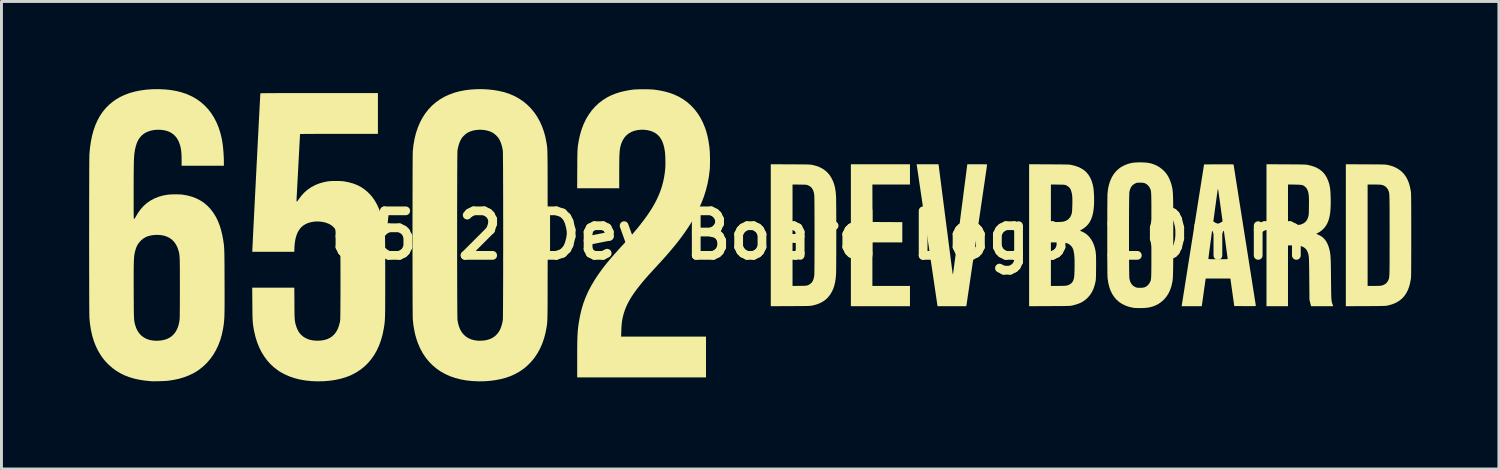
<source format=kicad_pcb>
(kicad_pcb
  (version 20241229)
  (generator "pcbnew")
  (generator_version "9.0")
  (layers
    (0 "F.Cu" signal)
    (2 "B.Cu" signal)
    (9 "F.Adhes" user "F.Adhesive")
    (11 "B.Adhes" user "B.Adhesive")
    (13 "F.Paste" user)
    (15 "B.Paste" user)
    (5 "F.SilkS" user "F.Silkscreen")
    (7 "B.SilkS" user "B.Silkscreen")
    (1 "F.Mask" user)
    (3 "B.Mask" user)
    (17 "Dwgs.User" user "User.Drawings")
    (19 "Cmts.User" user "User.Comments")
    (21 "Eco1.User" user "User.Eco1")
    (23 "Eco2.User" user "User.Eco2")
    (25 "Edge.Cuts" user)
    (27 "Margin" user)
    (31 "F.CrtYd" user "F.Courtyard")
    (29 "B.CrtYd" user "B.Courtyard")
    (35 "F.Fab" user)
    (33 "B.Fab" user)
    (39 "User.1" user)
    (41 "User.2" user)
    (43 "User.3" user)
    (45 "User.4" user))
  (footprint "6502 Dev Board Logo 10mm"
    (layer "F.Cu")
    (at 24.986 5)
    (property "Reference" "6502 Dev Board Logo 10mm" (at 0 0 0) (layer "F.SilkS") (effects (font (size 1.524 1.524) (thickness 0.3))))
    (attr through_hole)
    (fp_poly (pts (xy 3.105 -2.081) (xy 3.105 -1.735) (xy 2.462 -1.735) (xy 1.819 -1.735) (xy 1.821 -1.094) (xy 1.823 -0.453) (xy 2.333 -0.45) (xy 2.843 -0.448) (xy 2.843 -0.101) (xy 2.843 0.245) (xy 2.331 0.245) (xy 1.819 0.245) (xy 1.819 0.99) (xy 1.819 1.735) (xy 2.462 1.735) (xy 3.105 1.735) (xy 3.105 2.081) (xy 3.105 2.428) (xy 2.094 2.428) (xy 1.083 2.428) (xy 1.083 0) (xy 1.083 -2.428) (xy 2.094 -2.428) (xy 3.105 -2.428)) (stroke (width 0) (type solid)) (fill yes) (layer "F.SilkS"))
    (fp_poly (pts (xy 4.322 -0.565) (xy 4.345 -0.389) (xy 4.367 -0.217) (xy 4.389 -0.051) (xy 4.409 0.11) (xy 4.429 0.264) (xy 4.448 0.41) (xy 4.466 0.549) (xy 4.483 0.678) (xy 4.498 0.798) (xy 4.512 0.907) (xy 4.525 1.006) (xy 4.536 1.092) (xy 4.546 1.165) (xy 4.554 1.225) (xy 4.56 1.271) (xy 4.564 1.302) (xy 4.566 1.317) (xy 4.566 1.318) (xy 4.572 1.333) (xy 4.577 1.337) (xy 4.578 1.329) (xy 4.582 1.304) (xy 4.587 1.265) (xy 4.595 1.211) (xy 4.604 1.143) (xy 4.615 1.062) (xy 4.627 0.969) (xy 4.641 0.864) (xy 4.656 0.749) (xy 4.673 0.623) (xy 4.69 0.489) (xy 4.709 0.345) (xy 4.729 0.195) (xy 4.749 0.037) (xy 4.77 -0.127) (xy 4.792 -0.297) (xy 4.815 -0.471) (xy 4.822 -0.527) (xy 4.844 -0.703) (xy 4.866 -0.874) (xy 4.888 -1.041) (xy 4.909 -1.201) (xy 4.929 -1.355) (xy 4.947 -1.502) (xy 4.965 -1.64) (xy 4.982 -1.77) (xy 4.998 -1.89) (xy 5.012 -1.999) (xy 5.025 -2.097) (xy 5.036 -2.183) (xy 5.045 -2.257) (xy 5.053 -2.317) (xy 5.059 -2.362) (xy 5.063 -2.393) (xy 5.065 -2.408) (xy 5.066 -2.409) (xy 5.07 -2.428) (xy 5.408 -2.428) (xy 5.493 -2.428) (xy 5.564 -2.428) (xy 5.62 -2.428) (xy 5.663 -2.427) (xy 5.696 -2.426) (xy 5.719 -2.424) (xy 5.734 -2.422) (xy 5.742 -2.42) (xy 5.745 -2.417) (xy 5.745 -2.416) (xy 5.744 -2.407) (xy 5.74 -2.382) (xy 5.734 -2.342) (xy 5.727 -2.287) (xy 5.717 -2.219) (xy 5.705 -2.138) (xy 5.691 -2.046) (xy 5.676 -1.942) (xy 5.66 -1.828) (xy 5.642 -1.705) (xy 5.622 -1.573) (xy 5.602 -1.433) (xy 5.58 -1.286) (xy 5.558 -1.133) (xy 5.534 -0.974) (xy 5.511 -0.811) (xy 5.486 -0.644) (xy 5.461 -0.474) (xy 5.436 -0.302) (xy 5.41 -0.128) (xy 5.385 0.046) (xy 5.359 0.22) (xy 5.334 0.392) (xy 5.309 0.563) (xy 5.284 0.732) (xy 5.26 0.896) (xy 5.236 1.057) (xy 5.213 1.212) (xy 5.191 1.362) (xy 5.17 1.504) (xy 5.15 1.64) (xy 5.132 1.766) (xy 5.114 1.884) (xy 5.098 1.992) (xy 5.084 2.089) (xy 5.071 2.174) (xy 5.061 2.247) (xy 5.052 2.307) (xy 5.045 2.353) (xy 5.04 2.384) (xy 5.038 2.4) (xy 5.037 2.401) (xy 5.032 2.428) (xy 4.54 2.428) (xy 4.048 2.428) (xy 3.694 0.019) (xy 3.665 -0.181) (xy 3.636 -0.377) (xy 3.608 -0.567) (xy 3.581 -0.753) (xy 3.555 -0.931) (xy 3.529 -1.103) (xy 3.505 -1.268) (xy 3.482 -1.424) (xy 3.46 -1.571) (xy 3.44 -1.709) (xy 3.421 -1.836) (xy 3.404 -1.952) (xy 3.389 -2.057) (xy 3.375 -2.149) (xy 3.363 -2.229) (xy 3.353 -2.295) (xy 3.346 -2.346) (xy 3.34 -2.383) (xy 3.337 -2.404) (xy 3.336 -2.409) (xy 3.332 -2.428) (xy 3.707 -2.428) (xy 4.083 -2.428)) (stroke (width 0) (type solid)) (fill yes) (layer "F.SilkS"))
    (fp_poly (pts (xy -0.992 -2.426) (xy -0.869 -2.426) (xy -0.761 -2.425) (xy -0.667 -2.425) (xy -0.587 -2.424) (xy -0.519 -2.423) (xy -0.462 -2.422) (xy -0.414 -2.421) (xy -0.374 -2.42) (xy -0.342 -2.419) (xy -0.315 -2.417) (xy -0.292 -2.415) (xy -0.274 -2.413) (xy -0.257 -2.41) (xy -0.245 -2.408) (xy -0.113 -2.376) (xy 0.007 -2.332) (xy 0.116 -2.276) (xy 0.212 -2.208) (xy 0.297 -2.128) (xy 0.371 -2.036) (xy 0.431 -1.937) (xy 0.476 -1.839) (xy 0.513 -1.735) (xy 0.541 -1.623) (xy 0.561 -1.499) (xy 0.574 -1.363) (xy 0.575 -1.341) (xy 0.576 -1.312) (xy 0.577 -1.267) (xy 0.578 -1.208) (xy 0.579 -1.136) (xy 0.58 -1.052) (xy 0.581 -0.957) (xy 0.582 -0.852) (xy 0.582 -0.74) (xy 0.583 -0.62) (xy 0.583 -0.495) (xy 0.583 -0.364) (xy 0.583 -0.231) (xy 0.584 -0.096) (xy 0.584 0.041) (xy 0.583 0.177) (xy 0.583 0.311) (xy 0.583 0.443) (xy 0.583 0.57) (xy 0.582 0.693) (xy 0.582 0.809) (xy 0.581 0.917) (xy 0.581 1.016) (xy 0.58 1.105) (xy 0.579 1.182) (xy 0.578 1.247) (xy 0.577 1.298) (xy 0.576 1.334) (xy 0.575 1.345) (xy 0.563 1.484) (xy 0.543 1.61) (xy 0.516 1.725) (xy 0.48 1.831) (xy 0.435 1.93) (xy 0.431 1.937) (xy 0.368 2.041) (xy 0.294 2.132) (xy 0.208 2.212) (xy 0.111 2.279) (xy 0.002 2.334) (xy -0.119 2.378) (xy -0.245 2.408) (xy -0.261 2.411) (xy -0.279 2.413) (xy -0.298 2.416) (xy -0.322 2.418) (xy -0.35 2.419) (xy -0.385 2.421) (xy -0.427 2.422) (xy -0.477 2.423) (xy -0.538 2.423) (xy -0.609 2.424) (xy -0.693 2.425) (xy -0.79 2.425) (xy -0.902 2.426) (xy -0.992 2.426) (xy -1.658 2.429) (xy -1.658 0) (xy -1.658 -1.736) (xy -0.914 -1.736) (xy -0.914 0) (xy -0.914 1.736) (xy -0.675 1.733) (xy -0.604 1.732) (xy -0.549 1.731) (xy -0.505 1.73) (xy -0.472 1.728) (xy -0.447 1.726) (xy -0.428 1.723) (xy -0.412 1.719) (xy -0.397 1.714) (xy -0.387 1.71) (xy -0.325 1.679) (xy -0.274 1.638) (xy -0.233 1.586) (xy -0.203 1.522) (xy -0.181 1.446) (xy -0.169 1.367) (xy -0.168 1.348) (xy -0.167 1.314) (xy -0.166 1.265) (xy -0.165 1.202) (xy -0.165 1.127) (xy -0.164 1.041) (xy -0.163 0.945) (xy -0.163 0.84) (xy -0.162 0.728) (xy -0.162 0.609) (xy -0.162 0.484) (xy -0.161 0.356) (xy -0.161 0.224) (xy -0.161 0.09) (xy -0.161 -0.044) (xy -0.161 -0.179) (xy -0.161 -0.311) (xy -0.161 -0.441) (xy -0.162 -0.567) (xy -0.162 -0.688) (xy -0.163 -0.803) (xy -0.163 -0.911) (xy -0.164 -1.01) (xy -0.164 -1.099) (xy -0.165 -1.178) (xy -0.166 -1.245) (xy -0.167 -1.299) (xy -0.168 -1.338) (xy -0.169 -1.362) (xy -0.169 -1.367) (xy -0.183 -1.456) (xy -0.206 -1.531) (xy -0.238 -1.593) (xy -0.279 -1.643) (xy -0.332 -1.683) (xy -0.387 -1.71) (xy -0.402 -1.716) (xy -0.417 -1.721) (xy -0.434 -1.724) (xy -0.455 -1.727) (xy -0.483 -1.729) (xy -0.519 -1.73) (xy -0.567 -1.731) (xy -0.628 -1.732) (xy -0.675 -1.733) (xy -0.914 -1.736) (xy -1.658 -1.736) (xy -1.658 -2.429)) (stroke (width 0) (type solid)) (fill yes) (layer "F.SilkS"))
    (fp_poly (pts (xy 18.697 -2.426) (xy 18.82 -2.425) (xy 18.927 -2.425) (xy 19.02 -2.424) (xy 19.1 -2.424) (xy 19.168 -2.423) (xy 19.225 -2.422) (xy 19.272 -2.421) (xy 19.311 -2.42) (xy 19.343 -2.419) (xy 19.37 -2.417) (xy 19.391 -2.415) (xy 19.41 -2.413) (xy 19.426 -2.411) (xy 19.441 -2.408) (xy 19.453 -2.405) (xy 19.531 -2.387) (xy 19.597 -2.368) (xy 19.657 -2.346) (xy 19.717 -2.32) (xy 19.728 -2.314) (xy 19.83 -2.256) (xy 19.921 -2.187) (xy 20.001 -2.107) (xy 20.07 -2.015) (xy 20.129 -1.91) (xy 20.177 -1.793) (xy 20.215 -1.663) (xy 20.243 -1.519) (xy 20.249 -1.481) (xy 20.25 -1.466) (xy 20.252 -1.446) (xy 20.253 -1.419) (xy 20.254 -1.384) (xy 20.255 -1.341) (xy 20.256 -1.289) (xy 20.257 -1.227) (xy 20.257 -1.155) (xy 20.258 -1.073) (xy 20.259 -0.978) (xy 20.259 -0.871) (xy 20.259 -0.751) (xy 20.26 -0.618) (xy 20.26 -0.47) (xy 20.26 -0.307) (xy 20.26 -0.128) (xy 20.26 0) (xy 20.26 0.19) (xy 20.26 0.363) (xy 20.26 0.521) (xy 20.259 0.664) (xy 20.259 0.793) (xy 20.259 0.909) (xy 20.258 1.011) (xy 20.258 1.102) (xy 20.257 1.181) (xy 20.257 1.249) (xy 20.256 1.307) (xy 20.255 1.356) (xy 20.254 1.397) (xy 20.253 1.429) (xy 20.251 1.454) (xy 20.25 1.472) (xy 20.249 1.481) (xy 20.223 1.627) (xy 20.188 1.76) (xy 20.143 1.879) (xy 20.088 1.986) (xy 20.023 2.081) (xy 19.947 2.164) (xy 19.871 2.227) (xy 19.789 2.282) (xy 19.7 2.327) (xy 19.602 2.365) (xy 19.491 2.396) (xy 19.453 2.405) (xy 19.438 2.408) (xy 19.422 2.411) (xy 19.406 2.414) (xy 19.387 2.416) (xy 19.364 2.417) (xy 19.337 2.419) (xy 19.303 2.42) (xy 19.262 2.421) (xy 19.213 2.422) (xy 19.153 2.423) (xy 19.083 2.424) (xy 19 2.424) (xy 18.904 2.425) (xy 18.793 2.426) (xy 18.697 2.426) (xy 18.022 2.429) (xy 18.022 0) (xy 18.022 -1.735) (xy 18.767 -1.735) (xy 18.767 0) (xy 18.767 1.735) (xy 18.985 1.735) (xy 19.058 1.734) (xy 19.117 1.733) (xy 19.164 1.732) (xy 19.2 1.73) (xy 19.227 1.727) (xy 19.249 1.722) (xy 19.253 1.721) (xy 19.326 1.695) (xy 19.387 1.658) (xy 19.435 1.609) (xy 19.472 1.548) (xy 19.483 1.52) (xy 19.488 1.507) (xy 19.492 1.494) (xy 19.496 1.481) (xy 19.499 1.466) (xy 19.502 1.45) (xy 19.505 1.431) (xy 19.508 1.408) (xy 19.51 1.381) (xy 19.512 1.349) (xy 19.513 1.311) (xy 19.515 1.265) (xy 19.516 1.212) (xy 19.517 1.151) (xy 19.518 1.081) (xy 19.518 1) (xy 19.519 0.908) (xy 19.519 0.805) (xy 19.519 0.689) (xy 19.519 0.56) (xy 19.52 0.417) (xy 19.52 0.259) (xy 19.52 0.085) (xy 19.52 0) (xy 19.52 -0.181) (xy 19.52 -0.347) (xy 19.519 -0.497) (xy 19.519 -0.632) (xy 19.519 -0.754) (xy 19.519 -0.863) (xy 19.518 -0.959) (xy 19.518 -1.045) (xy 19.517 -1.12) (xy 19.516 -1.185) (xy 19.515 -1.242) (xy 19.514 -1.291) (xy 19.512 -1.332) (xy 19.511 -1.367) (xy 19.509 -1.397) (xy 19.506 -1.421) (xy 19.504 -1.442) (xy 19.501 -1.459) (xy 19.497 -1.474) (xy 19.494 -1.488) (xy 19.49 -1.501) (xy 19.485 -1.514) (xy 19.483 -1.52) (xy 19.453 -1.581) (xy 19.412 -1.634) (xy 19.363 -1.676) (xy 19.338 -1.691) (xy 19.311 -1.704) (xy 19.284 -1.714) (xy 19.255 -1.721) (xy 19.221 -1.727) (xy 19.18 -1.731) (xy 19.129 -1.733) (xy 19.065 -1.734) (xy 18.988 -1.735) (xy 18.985 -1.735) (xy 18.767 -1.735) (xy 18.022 -1.735) (xy 18.022 -2.429)) (stroke (width 0) (type solid)) (fill yes) (layer "F.SilkS"))
    (fp_poly (pts (xy 15.972 -2.426) (xy 16.097 -2.425) (xy 16.206 -2.425) (xy 16.3 -2.424) (xy 16.381 -2.423) (xy 16.45 -2.422) (xy 16.508 -2.421) (xy 16.556 -2.42) (xy 16.596 -2.419) (xy 16.628 -2.417) (xy 16.655 -2.416) (xy 16.676 -2.414) (xy 16.694 -2.411) (xy 16.709 -2.409) (xy 16.711 -2.408) (xy 16.842 -2.377) (xy 16.96 -2.337) (xy 17.064 -2.287) (xy 17.156 -2.228) (xy 17.236 -2.159) (xy 17.304 -2.078) (xy 17.362 -1.986) (xy 17.41 -1.882) (xy 17.428 -1.832) (xy 17.447 -1.773) (xy 17.462 -1.714) (xy 17.475 -1.653) (xy 17.484 -1.588) (xy 17.492 -1.515) (xy 17.497 -1.433) (xy 17.501 -1.337) (xy 17.503 -1.273) (xy 17.505 -1.122) (xy 17.502 -0.986) (xy 17.495 -0.864) (xy 17.484 -0.753) (xy 17.467 -0.654) (xy 17.446 -0.564) (xy 17.419 -0.482) (xy 17.387 -0.407) (xy 17.36 -0.357) (xy 17.313 -0.286) (xy 17.253 -0.218) (xy 17.187 -0.157) (xy 17.116 -0.107) (xy 17.058 -0.075) (xy 17.029 -0.061) (xy 17.017 -0.05) (xy 17.02 -0.041) (xy 17.034 -0.036) (xy 17.05 -0.03) (xy 17.076 -0.018) (xy 17.109 -0.003) (xy 17.129 0.007) (xy 17.209 0.056) (xy 17.279 0.119) (xy 17.34 0.196) (xy 17.391 0.287) (xy 17.433 0.392) (xy 17.465 0.51) (xy 17.468 0.523) (xy 17.474 0.556) (xy 17.48 0.588) (xy 17.485 0.621) (xy 17.49 0.655) (xy 17.494 0.692) (xy 17.497 0.733) (xy 17.5 0.78) (xy 17.503 0.833) (xy 17.505 0.894) (xy 17.507 0.964) (xy 17.509 1.045) (xy 17.51 1.138) (xy 17.512 1.244) (xy 17.513 1.365) (xy 17.514 1.493) (xy 17.515 1.622) (xy 17.517 1.735) (xy 17.518 1.834) (xy 17.519 1.92) (xy 17.52 1.993) (xy 17.522 2.056) (xy 17.524 2.109) (xy 17.526 2.154) (xy 17.529 2.192) (xy 17.532 2.223) (xy 17.535 2.251) (xy 17.54 2.275) (xy 17.545 2.296) (xy 17.551 2.317) (xy 17.557 2.338) (xy 17.565 2.361) (xy 17.568 2.368) (xy 17.589 2.428) (xy 17.213 2.428) (xy 16.837 2.428) (xy 16.828 2.405) (xy 16.822 2.387) (xy 16.814 2.358) (xy 16.804 2.321) (xy 16.797 2.293) (xy 16.776 2.204) (xy 16.77 1.489) (xy 16.769 1.357) (xy 16.768 1.24) (xy 16.766 1.139) (xy 16.765 1.05) (xy 16.764 0.974) (xy 16.762 0.908) (xy 16.761 0.853) (xy 16.759 0.806) (xy 16.756 0.766) (xy 16.753 0.733) (xy 16.75 0.704) (xy 16.746 0.68) (xy 16.741 0.658) (xy 16.736 0.638) (xy 16.73 0.618) (xy 16.723 0.597) (xy 16.723 0.597) (xy 16.692 0.526) (xy 16.649 0.467) (xy 16.595 0.421) (xy 16.529 0.386) (xy 16.451 0.363) (xy 16.434 0.359) (xy 16.396 0.354) (xy 16.345 0.351) (xy 16.282 0.348) (xy 16.212 0.347) (xy 16.205 0.347) (xy 16.042 0.347) (xy 16.042 1.388) (xy 16.042 2.428) (xy 15.674 2.428) (xy 15.306 2.428) (xy 15.306 -0.000468) (xy 15.306 -1.736) (xy 16.042 -1.736) (xy 16.042 -1.04) (xy 16.042 -0.345) (xy 16.239 -0.349) (xy 16.305 -0.351) (xy 16.357 -0.352) (xy 16.397 -0.355) (xy 16.428 -0.357) (xy 16.453 -0.361) (xy 16.474 -0.366) (xy 16.488 -0.37) (xy 16.555 -0.397) (xy 16.609 -0.431) (xy 16.649 -0.468) (xy 16.681 -0.507) (xy 16.705 -0.549) (xy 16.725 -0.6) (xy 16.738 -0.642) (xy 16.742 -0.661) (xy 16.746 -0.681) (xy 16.75 -0.704) (xy 16.752 -0.731) (xy 16.754 -0.766) (xy 16.756 -0.809) (xy 16.757 -0.864) (xy 16.758 -0.932) (xy 16.759 -0.991) (xy 16.76 -1.092) (xy 16.76 -1.178) (xy 16.759 -1.25) (xy 16.756 -1.312) (xy 16.752 -1.364) (xy 16.747 -1.408) (xy 16.74 -1.448) (xy 16.73 -1.483) (xy 16.723 -1.507) (xy 16.704 -1.557) (xy 16.683 -1.596) (xy 16.659 -1.628) (xy 16.629 -1.658) (xy 16.605 -1.677) (xy 16.583 -1.693) (xy 16.56 -1.705) (xy 16.533 -1.715) (xy 16.5 -1.721) (xy 16.46 -1.726) (xy 16.409 -1.729) (xy 16.346 -1.731) (xy 16.268 -1.733) (xy 16.268 -1.733) (xy 16.042 -1.736) (xy 15.306 -1.736) (xy 15.306 -2.429)) (stroke (width 0) (type solid)) (fill yes) (layer "F.SilkS"))
    (fp_poly (pts (xy 7.862 -2.426) (xy 7.988 -2.425) (xy 8.098 -2.425) (xy 8.194 -2.424) (xy 8.276 -2.423) (xy 8.346 -2.422) (xy 8.405 -2.421) (xy 8.454 -2.42) (xy 8.494 -2.419) (xy 8.527 -2.418) (xy 8.554 -2.416) (xy 8.576 -2.414) (xy 8.594 -2.412) (xy 8.61 -2.409) (xy 8.613 -2.408) (xy 8.745 -2.377) (xy 8.863 -2.337) (xy 8.967 -2.287) (xy 9.059 -2.228) (xy 9.138 -2.159) (xy 9.207 -2.078) (xy 9.265 -1.986) (xy 9.313 -1.882) (xy 9.331 -1.832) (xy 9.351 -1.766) (xy 9.368 -1.701) (xy 9.381 -1.632) (xy 9.391 -1.556) (xy 9.398 -1.471) (xy 9.403 -1.374) (xy 9.405 -1.32) (xy 9.407 -1.158) (xy 9.402 -1.01) (xy 9.389 -0.876) (xy 9.37 -0.755) (xy 9.342 -0.647) (xy 9.306 -0.549) (xy 9.263 -0.463) (xy 9.211 -0.385) (xy 9.153 -0.32) (xy 9.118 -0.288) (xy 9.075 -0.254) (xy 9.03 -0.222) (xy 8.988 -0.196) (xy 8.953 -0.178) (xy 8.935 -0.169) (xy 8.928 -0.16) (xy 8.928 -0.159) (xy 8.937 -0.152) (xy 8.957 -0.141) (xy 8.978 -0.132) (xy 9.074 -0.084) (xy 9.161 -0.022) (xy 9.238 0.053) (xy 9.305 0.141) (xy 9.362 0.241) (xy 9.407 0.352) (xy 9.43 0.429) (xy 9.44 0.471) (xy 9.449 0.51) (xy 9.457 0.549) (xy 9.462 0.59) (xy 9.467 0.634) (xy 9.471 0.683) (xy 9.473 0.739) (xy 9.474 0.804) (xy 9.475 0.879) (xy 9.475 0.968) (xy 9.475 1.07) (xy 9.474 1.107) (xy 9.474 1.201) (xy 9.473 1.28) (xy 9.472 1.345) (xy 9.471 1.399) (xy 9.47 1.443) (xy 9.468 1.479) (xy 9.466 1.509) (xy 9.464 1.534) (xy 9.461 1.556) (xy 9.457 1.577) (xy 9.453 1.599) (xy 9.452 1.602) (xy 9.42 1.73) (xy 9.38 1.845) (xy 9.33 1.948) (xy 9.27 2.041) (xy 9.199 2.125) (xy 9.169 2.155) (xy 9.098 2.217) (xy 9.022 2.27) (xy 8.939 2.315) (xy 8.847 2.352) (xy 8.743 2.384) (xy 8.656 2.405) (xy 8.641 2.408) (xy 8.625 2.411) (xy 8.609 2.414) (xy 8.59 2.416) (xy 8.568 2.417) (xy 8.54 2.419) (xy 8.507 2.42) (xy 8.466 2.421) (xy 8.417 2.422) (xy 8.357 2.423) (xy 8.287 2.424) (xy 8.205 2.424) (xy 8.11 2.425) (xy 8 2.425) (xy 7.879 2.426) (xy 7.183 2.429) (xy 7.183 0.245) (xy 7.928 0.245) (xy 7.928 0.99) (xy 7.928 1.735) (xy 8.174 1.735) (xy 8.252 1.734) (xy 8.315 1.734) (xy 8.366 1.732) (xy 8.406 1.73) (xy 8.437 1.728) (xy 8.462 1.724) (xy 8.478 1.721) (xy 8.532 1.704) (xy 8.583 1.677) (xy 8.627 1.645) (xy 8.657 1.611) (xy 8.676 1.583) (xy 8.691 1.554) (xy 8.703 1.522) (xy 8.713 1.487) (xy 8.721 1.445) (xy 8.727 1.394) (xy 8.731 1.334) (xy 8.734 1.262) (xy 8.737 1.175) (xy 8.738 1.13) (xy 8.739 0.999) (xy 8.738 0.884) (xy 8.735 0.784) (xy 8.729 0.697) (xy 8.721 0.621) (xy 8.709 0.556) (xy 8.695 0.5) (xy 8.677 0.453) (xy 8.655 0.412) (xy 8.629 0.377) (xy 8.603 0.351) (xy 8.571 0.323) (xy 8.538 0.301) (xy 8.502 0.283) (xy 8.46 0.269) (xy 8.411 0.259) (xy 8.353 0.252) (xy 8.283 0.248) (xy 8.2 0.246) (xy 8.142 0.246) (xy 7.928 0.245) (xy 7.183 0.245) (xy 7.183 -0.00001) (xy 7.183 -1.736) (xy 7.928 -1.736) (xy 7.928 -1.091) (xy 7.928 -0.446) (xy 8.125 -0.451) (xy 8.201 -0.453) (xy 8.263 -0.456) (xy 8.31 -0.46) (xy 8.346 -0.464) (xy 8.371 -0.469) (xy 8.448 -0.497) (xy 8.513 -0.537) (xy 8.565 -0.588) (xy 8.606 -0.651) (xy 8.636 -0.727) (xy 8.644 -0.76) (xy 8.649 -0.79) (xy 8.653 -0.833) (xy 8.656 -0.887) (xy 8.659 -0.95) (xy 8.661 -1.018) (xy 8.663 -1.088) (xy 8.663 -1.157) (xy 8.663 -1.222) (xy 8.661 -1.281) (xy 8.659 -1.331) (xy 8.656 -1.361) (xy 8.646 -1.427) (xy 8.63 -1.49) (xy 8.611 -1.547) (xy 8.59 -1.592) (xy 8.588 -1.595) (xy 8.557 -1.633) (xy 8.516 -1.669) (xy 8.471 -1.699) (xy 8.445 -1.711) (xy 8.43 -1.716) (xy 8.415 -1.721) (xy 8.397 -1.724) (xy 8.375 -1.727) (xy 8.346 -1.729) (xy 8.308 -1.73) (xy 8.258 -1.731) (xy 8.195 -1.732) (xy 8.163 -1.733) (xy 7.928 -1.736) (xy 7.183 -1.736) (xy 7.183 -2.429)) (stroke (width 0) (type solid)) (fill yes) (layer "F.SilkS"))
    (fp_poly (pts (xy 13.953 -2.427) (xy 14.017 -2.427) (xy 14.068 -2.426) (xy 14.108 -2.425) (xy 14.138 -2.424) (xy 14.16 -2.423) (xy 14.173 -2.421) (xy 14.179 -2.419) (xy 14.181 -2.417) (xy 14.182 -2.408) (xy 14.186 -2.383) (xy 14.192 -2.342) (xy 14.201 -2.287) (xy 14.212 -2.217) (xy 14.225 -2.135) (xy 14.24 -2.039) (xy 14.256 -1.932) (xy 14.275 -1.813) (xy 14.296 -1.683) (xy 14.318 -1.543) (xy 14.341 -1.394) (xy 14.366 -1.236) (xy 14.392 -1.07) (xy 14.42 -0.896) (xy 14.448 -0.716) (xy 14.478 -0.529) (xy 14.508 -0.338) (xy 14.539 -0.141) (xy 14.561 0) (xy 14.593 0.2) (xy 14.624 0.395) (xy 14.654 0.585) (xy 14.683 0.77) (xy 14.711 0.948) (xy 14.738 1.119) (xy 14.764 1.283) (xy 14.789 1.439) (xy 14.812 1.585) (xy 14.833 1.722) (xy 14.853 1.849) (xy 14.872 1.965) (xy 14.888 2.069) (xy 14.902 2.16) (xy 14.915 2.239) (xy 14.925 2.305) (xy 14.933 2.356) (xy 14.938 2.392) (xy 14.942 2.413) (xy 14.942 2.417) (xy 14.94 2.42) (xy 14.931 2.422) (xy 14.914 2.424) (xy 14.889 2.425) (xy 14.854 2.426) (xy 14.807 2.427) (xy 14.747 2.427) (xy 14.674 2.427) (xy 14.585 2.426) (xy 14.573 2.426) (xy 14.203 2.424) (xy 14.137 1.954) (xy 14.125 1.867) (xy 14.113 1.786) (xy 14.103 1.71) (xy 14.093 1.643) (xy 14.085 1.586) (xy 14.079 1.54) (xy 14.074 1.506) (xy 14.072 1.487) (xy 14.071 1.483) (xy 14.063 1.482) (xy 14.039 1.482) (xy 14.002 1.482) (xy 13.952 1.481) (xy 13.893 1.481) (xy 13.824 1.481) (xy 13.748 1.481) (xy 13.666 1.481) (xy 13.649 1.481) (xy 13.226 1.481) (xy 13.222 1.508) (xy 13.219 1.522) (xy 13.215 1.55) (xy 13.209 1.592) (xy 13.202 1.646) (xy 13.193 1.71) (xy 13.182 1.781) (xy 13.171 1.86) (xy 13.16 1.943) (xy 13.157 1.963) (xy 13.145 2.047) (xy 13.134 2.126) (xy 13.124 2.198) (xy 13.115 2.263) (xy 13.107 2.318) (xy 13.101 2.361) (xy 13.096 2.392) (xy 13.093 2.408) (xy 13.093 2.409) (xy 13.089 2.428) (xy 12.746 2.428) (xy 12.403 2.428) (xy 12.408 2.392) (xy 12.41 2.381) (xy 12.414 2.354) (xy 12.421 2.311) (xy 12.43 2.254) (xy 12.441 2.182) (xy 12.455 2.098) (xy 12.47 2) (xy 12.488 1.891) (xy 12.507 1.77) (xy 12.527 1.639) (xy 12.55 1.498) (xy 12.574 1.347) (xy 12.599 1.188) (xy 12.625 1.021) (xy 12.653 0.846) (xy 12.659 0.806) (xy 13.317 0.806) (xy 13.318 0.81) (xy 13.322 0.813) (xy 13.33 0.815) (xy 13.344 0.817) (xy 13.366 0.818) (xy 13.396 0.819) (xy 13.437 0.82) (xy 13.49 0.82) (xy 13.557 0.821) (xy 13.639 0.821) (xy 13.648 0.821) (xy 13.735 0.821) (xy 13.806 0.82) (xy 13.863 0.82) (xy 13.907 0.819) (xy 13.939 0.817) (xy 13.961 0.815) (xy 13.973 0.813) (xy 13.978 0.811) (xy 13.978 0.81) (xy 13.977 0.8) (xy 13.973 0.774) (xy 13.968 0.734) (xy 13.961 0.681) (xy 13.952 0.616) (xy 13.942 0.539) (xy 13.93 0.453) (xy 13.917 0.358) (xy 13.904 0.256) (xy 13.889 0.147) (xy 13.873 0.034) (xy 13.857 -0.084) (xy 13.841 -0.204) (xy 13.824 -0.327) (xy 13.807 -0.449) (xy 13.79 -0.572) (xy 13.774 -0.692) (xy 13.757 -0.809) (xy 13.742 -0.922) (xy 13.727 -1.03) (xy 13.713 -1.132) (xy 13.7 -1.226) (xy 13.688 -1.311) (xy 13.677 -1.386) (xy 13.668 -1.451) (xy 13.661 -1.503) (xy 13.655 -1.541) (xy 13.652 -1.565) (xy 13.65 -1.574) (xy 13.646 -1.581) (xy 13.64 -1.572) (xy 13.639 -1.57) (xy 13.637 -1.56) (xy 13.633 -1.534) (xy 13.627 -1.494) (xy 13.62 -1.441) (xy 13.61 -1.376) (xy 13.6 -1.299) (xy 13.588 -1.213) (xy 13.575 -1.119) (xy 13.561 -1.016) (xy 13.546 -0.908) (xy 13.531 -0.794) (xy 13.515 -0.677) (xy 13.498 -0.556) (xy 13.482 -0.434) (xy 13.465 -0.311) (xy 13.449 -0.19) (xy 13.433 -0.069) (xy 13.417 0.048) (xy 13.402 0.161) (xy 13.387 0.268) (xy 13.374 0.37) (xy 13.361 0.463) (xy 13.35 0.548) (xy 13.34 0.623) (xy 13.332 0.686) (xy 13.326 0.738) (xy 13.321 0.775) (xy 13.318 0.799) (xy 13.317 0.806) (xy 12.659 0.806) (xy 12.681 0.665) (xy 12.711 0.478) (xy 12.741 0.286) (xy 12.773 0.09) (xy 12.792 -0.034) (xy 13.17 -2.424) (xy 13.676 -2.426) (xy 13.783 -2.427) (xy 13.875 -2.427)) (stroke (width 0) (type solid)) (fill yes) (layer "F.SilkS"))
    (fp_poly (pts (xy -5.88 -4.995) (xy -5.792 -4.992) (xy -5.713 -4.988) (xy -5.646 -4.982) (xy -5.635 -4.981) (xy -5.447 -4.952) (xy -5.27 -4.914) (xy -5.104 -4.866) (xy -4.971 -4.817) (xy -4.81 -4.743) (xy -4.659 -4.655) (xy -4.519 -4.554) (xy -4.389 -4.44) (xy -4.271 -4.314) (xy -4.164 -4.175) (xy -4.068 -4.025) (xy -3.984 -3.862) (xy -3.912 -3.688) (xy -3.877 -3.586) (xy -3.832 -3.427) (xy -3.795 -3.256) (xy -3.766 -3.072) (xy -3.752 -2.944) (xy -3.747 -2.879) (xy -3.743 -2.801) (xy -3.74 -2.714) (xy -3.738 -2.622) (xy -3.738 -2.53) (xy -3.739 -2.441) (xy -3.741 -2.358) (xy -3.744 -2.286) (xy -3.747 -2.246) (xy -3.776 -2.007) (xy -3.82 -1.772) (xy -3.878 -1.54) (xy -3.951 -1.31) (xy -4.04 -1.082) (xy -4.144 -0.854) (xy -4.263 -0.626) (xy -4.4 -0.397) (xy -4.493 -0.254) (xy -4.582 -0.124) (xy -4.674 0.006) (xy -4.77 0.135) (xy -4.872 0.266) (xy -4.981 0.4) (xy -5.097 0.539) (xy -5.222 0.684) (xy -5.358 0.837) (xy -5.505 0.998) (xy -5.563 1.062) (xy -5.639 1.144) (xy -5.705 1.216) (xy -5.762 1.278) (xy -5.813 1.334) (xy -5.857 1.383) (xy -5.897 1.428) (xy -5.935 1.471) (xy -5.971 1.513) (xy -6.007 1.556) (xy -6.044 1.599) (xy -6.161 1.743) (xy -6.266 1.879) (xy -6.358 2.008) (xy -6.439 2.131) (xy -6.509 2.25) (xy -6.569 2.366) (xy -6.62 2.479) (xy -6.663 2.593) (xy -6.692 2.686) (xy -6.714 2.769) (xy -6.732 2.849) (xy -6.747 2.93) (xy -6.757 3.015) (xy -6.766 3.107) (xy -6.771 3.21) (xy -6.774 3.281) (xy -6.78 3.469) (xy -5.328 3.469) (xy -3.875 3.469) (xy -3.875 4.167) (xy -3.875 4.865) (xy -6.079 4.865) (xy -8.283 4.865) (xy -8.283 4.214) (xy -8.283 4.065) (xy -8.283 3.931) (xy -8.282 3.811) (xy -8.281 3.704) (xy -8.279 3.607) (xy -8.276 3.52) (xy -8.273 3.44) (xy -8.269 3.368) (xy -8.265 3.3) (xy -8.259 3.235) (xy -8.253 3.173) (xy -8.245 3.11) (xy -8.236 3.047) (xy -8.226 2.981) (xy -8.223 2.961) (xy -8.182 2.738) (xy -8.131 2.525) (xy -8.069 2.321) (xy -7.994 2.122) (xy -7.907 1.926) (xy -7.805 1.732) (xy -7.689 1.536) (xy -7.628 1.443) (xy -7.563 1.346) (xy -7.497 1.252) (xy -7.429 1.159) (xy -7.358 1.066) (xy -7.282 0.97) (xy -7.2 0.871) (xy -7.112 0.766) (xy -7.015 0.655) (xy -6.909 0.537) (xy -6.792 0.408) (xy -6.735 0.346) (xy -6.56 0.155) (xy -6.4 -0.028) (xy -6.252 -0.203) (xy -6.116 -0.37) (xy -5.992 -0.532) (xy -5.88 -0.687) (xy -5.779 -0.838) (xy -5.688 -0.985) (xy -5.608 -1.129) (xy -5.537 -1.271) (xy -5.475 -1.412) (xy -5.422 -1.552) (xy -5.377 -1.693) (xy -5.34 -1.835) (xy -5.31 -1.979) (xy -5.287 -2.125) (xy -5.271 -2.276) (xy -5.271 -2.276) (xy -5.267 -2.332) (xy -5.265 -2.401) (xy -5.264 -2.477) (xy -5.265 -2.557) (xy -5.267 -2.638) (xy -5.27 -2.716) (xy -5.275 -2.787) (xy -5.28 -2.847) (xy -5.284 -2.876) (xy -5.306 -3.002) (xy -5.335 -3.113) (xy -5.371 -3.21) (xy -5.415 -3.296) (xy -5.467 -3.37) (xy -5.528 -3.434) (xy -5.598 -3.489) (xy -5.607 -3.494) (xy -5.688 -3.538) (xy -5.78 -3.572) (xy -5.88 -3.596) (xy -5.985 -3.609) (xy -6.094 -3.61) (xy -6.202 -3.601) (xy -6.307 -3.579) (xy -6.325 -3.574) (xy -6.425 -3.537) (xy -6.515 -3.486) (xy -6.595 -3.422) (xy -6.664 -3.346) (xy -6.721 -3.257) (xy -6.767 -3.156) (xy -6.777 -3.127) (xy -6.789 -3.089) (xy -6.8 -3.051) (xy -6.809 -3.012) (xy -6.817 -2.971) (xy -6.823 -2.926) (xy -6.829 -2.876) (xy -6.833 -2.82) (xy -6.837 -2.756) (xy -6.84 -2.683) (xy -6.842 -2.599) (xy -6.843 -2.503) (xy -6.844 -2.395) (xy -6.845 -2.272) (xy -6.845 -2.16) (xy -6.845 -1.608) (xy -7.565 -1.608) (xy -8.284 -1.608) (xy -8.281 -2.253) (xy -8.28 -2.381) (xy -8.28 -2.494) (xy -8.279 -2.593) (xy -8.278 -2.68) (xy -8.276 -2.756) (xy -8.275 -2.822) (xy -8.273 -2.88) (xy -8.27 -2.932) (xy -8.267 -2.979) (xy -8.263 -3.022) (xy -8.258 -3.063) (xy -8.252 -3.103) (xy -8.246 -3.145) (xy -8.238 -3.188) (xy -8.23 -3.236) (xy -8.228 -3.249) (xy -8.184 -3.446) (xy -8.128 -3.634) (xy -8.06 -3.81) (xy -7.98 -3.975) (xy -7.888 -4.129) (xy -7.784 -4.272) (xy -7.669 -4.402) (xy -7.542 -4.521) (xy -7.404 -4.626) (xy -7.261 -4.716) (xy -7.125 -4.785) (xy -6.976 -4.845) (xy -6.815 -4.897) (xy -6.645 -4.938) (xy -6.466 -4.97) (xy -6.388 -4.981) (xy -6.324 -4.987) (xy -6.247 -4.991) (xy -6.16 -4.994) (xy -6.067 -4.996) (xy -5.973 -4.996)) (stroke (width 0) (type solid)) (fill yes) (layer "F.SilkS"))
    (fp_poly (pts (xy 11.033 -2.493) (xy 11.139 -2.489) (xy 11.232 -2.48) (xy 11.315 -2.466) (xy 11.391 -2.446) (xy 11.465 -2.42) (xy 11.539 -2.388) (xy 11.541 -2.387) (xy 11.644 -2.328) (xy 11.74 -2.255) (xy 11.827 -2.171) (xy 11.88 -2.107) (xy 11.935 -2.024) (xy 11.984 -1.928) (xy 12.026 -1.823) (xy 12.06 -1.713) (xy 12.082 -1.613) (xy 12.087 -1.588) (xy 12.091 -1.561) (xy 12.094 -1.532) (xy 12.098 -1.5) (xy 12.1 -1.465) (xy 12.103 -1.426) (xy 12.105 -1.381) (xy 12.107 -1.33) (xy 12.109 -1.271) (xy 12.111 -1.205) (xy 12.112 -1.13) (xy 12.113 -1.046) (xy 12.114 -0.951) (xy 12.115 -0.845) (xy 12.115 -0.727) (xy 12.115 -0.595) (xy 12.116 -0.45) (xy 12.116 -0.29) (xy 12.116 -0.115) (xy 12.116 -0.004) (xy 12.116 0.182) (xy 12.116 0.352) (xy 12.116 0.506) (xy 12.115 0.647) (xy 12.115 0.774) (xy 12.114 0.888) (xy 12.113 0.99) (xy 12.112 1.081) (xy 12.111 1.162) (xy 12.11 1.234) (xy 12.108 1.298) (xy 12.106 1.353) (xy 12.104 1.402) (xy 12.102 1.445) (xy 12.099 1.483) (xy 12.096 1.517) (xy 12.093 1.547) (xy 12.089 1.575) (xy 12.085 1.601) (xy 12.082 1.614) (xy 12.05 1.752) (xy 12.006 1.88) (xy 11.949 1.998) (xy 11.88 2.104) (xy 11.8 2.199) (xy 11.709 2.281) (xy 11.608 2.351) (xy 11.541 2.387) (xy 11.475 2.416) (xy 11.408 2.44) (xy 11.332 2.461) (xy 11.287 2.471) (xy 11.242 2.479) (xy 11.184 2.485) (xy 11.116 2.49) (xy 11.044 2.493) (xy 10.969 2.494) (xy 10.898 2.493) (xy 10.832 2.491) (xy 10.777 2.487) (xy 10.751 2.483) (xy 10.614 2.454) (xy 10.488 2.411) (xy 10.373 2.356) (xy 10.269 2.289) (xy 10.177 2.209) (xy 10.097 2.117) (xy 10.028 2.013) (xy 9.97 1.896) (xy 9.925 1.768) (xy 9.891 1.628) (xy 9.869 1.476) (xy 9.866 1.435) (xy 9.865 1.411) (xy 9.863 1.371) (xy 9.862 1.315) (xy 9.861 1.244) (xy 9.861 1.158) (xy 9.86 1.057) (xy 9.859 0.944) (xy 9.858 0.817) (xy 9.858 0.678) (xy 9.858 0.527) (xy 9.857 0.365) (xy 9.857 0.192) (xy 9.857 0.008) (xy 9.857 0) (xy 9.857 -0.049) (xy 10.6 -0.049) (xy 10.6 0.09) (xy 10.6 0.229) (xy 10.601 0.366) (xy 10.601 0.5) (xy 10.601 0.63) (xy 10.602 0.755) (xy 10.603 0.873) (xy 10.604 0.984) (xy 10.605 1.087) (xy 10.606 1.181) (xy 10.607 1.263) (xy 10.608 1.334) (xy 10.61 1.392) (xy 10.611 1.437) (xy 10.613 1.466) (xy 10.614 1.477) (xy 10.633 1.557) (xy 10.658 1.623) (xy 10.691 1.676) (xy 10.731 1.72) (xy 10.782 1.756) (xy 10.802 1.767) (xy 10.835 1.782) (xy 10.866 1.792) (xy 10.902 1.797) (xy 10.946 1.799) (xy 10.999 1.799) (xy 11.049 1.797) (xy 11.086 1.793) (xy 11.116 1.787) (xy 11.144 1.778) (xy 11.145 1.778) (xy 11.2 1.748) (xy 11.251 1.706) (xy 11.293 1.654) (xy 11.313 1.619) (xy 11.32 1.606) (xy 11.326 1.593) (xy 11.331 1.581) (xy 11.337 1.569) (xy 11.341 1.557) (xy 11.345 1.542) (xy 11.349 1.525) (xy 11.352 1.505) (xy 11.355 1.481) (xy 11.357 1.452) (xy 11.36 1.417) (xy 11.361 1.376) (xy 11.363 1.328) (xy 11.364 1.272) (xy 11.365 1.207) (xy 11.366 1.133) (xy 11.366 1.048) (xy 11.367 0.953) (xy 11.367 0.845) (xy 11.367 0.725) (xy 11.367 0.592) (xy 11.367 0.444) (xy 11.367 0.282) (xy 11.367 0.104) (xy 11.367 0) (xy 11.367 -0.187) (xy 11.367 -0.358) (xy 11.367 -0.514) (xy 11.367 -0.654) (xy 11.367 -0.782) (xy 11.367 -0.896) (xy 11.367 -0.998) (xy 11.366 -1.088) (xy 11.366 -1.168) (xy 11.365 -1.238) (xy 11.364 -1.298) (xy 11.362 -1.351) (xy 11.361 -1.395) (xy 11.359 -1.433) (xy 11.356 -1.465) (xy 11.354 -1.492) (xy 11.351 -1.515) (xy 11.347 -1.533) (xy 11.343 -1.549) (xy 11.339 -1.563) (xy 11.334 -1.575) (xy 11.329 -1.587) (xy 11.323 -1.599) (xy 11.317 -1.612) (xy 11.313 -1.619) (xy 11.279 -1.674) (xy 11.233 -1.723) (xy 11.179 -1.762) (xy 11.145 -1.778) (xy 11.123 -1.786) (xy 11.101 -1.792) (xy 11.076 -1.795) (xy 11.043 -1.797) (xy 10.998 -1.798) (xy 10.982 -1.798) (xy 10.935 -1.798) (xy 10.901 -1.797) (xy 10.876 -1.794) (xy 10.856 -1.79) (xy 10.837 -1.783) (xy 10.82 -1.775) (xy 10.762 -1.743) (xy 10.715 -1.705) (xy 10.678 -1.658) (xy 10.649 -1.601) (xy 10.626 -1.531) (xy 10.614 -1.477) (xy 10.612 -1.459) (xy 10.611 -1.425) (xy 10.609 -1.377) (xy 10.608 -1.315) (xy 10.606 -1.24) (xy 10.605 -1.154) (xy 10.604 -1.058) (xy 10.603 -0.953) (xy 10.602 -0.839) (xy 10.602 -0.719) (xy 10.601 -0.592) (xy 10.601 -0.461) (xy 10.6 -0.326) (xy 10.6 -0.188) (xy 10.6 -0.049) (xy 9.857 -0.049) (xy 9.857 -0.184) (xy 9.857 -0.357) (xy 9.858 -0.52) (xy 9.858 -0.672) (xy 9.858 -0.811) (xy 9.859 -0.938) (xy 9.86 -1.053) (xy 9.861 -1.153) (xy 9.861 -1.24) (xy 9.862 -1.312) (xy 9.863 -1.369) (xy 9.864 -1.41) (xy 9.866 -1.434) (xy 9.866 -1.435) (xy 9.884 -1.588) (xy 9.915 -1.73) (xy 9.957 -1.861) (xy 10.011 -1.98) (xy 10.076 -2.088) (xy 10.153 -2.184) (xy 10.24 -2.267) (xy 10.339 -2.338) (xy 10.448 -2.395) (xy 10.464 -2.402) (xy 10.552 -2.436) (xy 10.641 -2.462) (xy 10.734 -2.48) (xy 10.834 -2.49) (xy 10.945 -2.494)) (stroke (width 0) (type solid)) (fill yes) (layer "F.SilkS"))
    (fp_poly (pts (xy -11.355 -4.991) (xy -11.163 -4.971) (xy -10.977 -4.941) (xy -10.8 -4.9) (xy -10.763 -4.89) (xy -10.588 -4.831) (xy -10.423 -4.759) (xy -10.268 -4.673) (xy -10.123 -4.575) (xy -9.989 -4.463) (xy -9.866 -4.34) (xy -9.754 -4.204) (xy -9.653 -4.057) (xy -9.565 -3.899) (xy -9.488 -3.729) (xy -9.423 -3.549) (xy -9.371 -3.358) (xy -9.332 -3.158) (xy -9.329 -3.139) (xy -9.326 -3.119) (xy -9.323 -3.099) (xy -9.32 -3.081) (xy -9.318 -3.063) (xy -9.315 -3.044) (xy -9.313 -3.024) (xy -9.311 -3.002) (xy -9.309 -2.978) (xy -9.307 -2.952) (xy -9.306 -2.922) (xy -9.304 -2.888) (xy -9.303 -2.85) (xy -9.302 -2.807) (xy -9.301 -2.758) (xy -9.3 -2.703) (xy -9.299 -2.642) (xy -9.298 -2.573) (xy -9.297 -2.496) (xy -9.297 -2.411) (xy -9.296 -2.317) (xy -9.296 -2.213) (xy -9.296 -2.1) (xy -9.295 -1.975) (xy -9.295 -1.84) (xy -9.295 -1.693) (xy -9.295 -1.533) (xy -9.295 -1.36) (xy -9.295 -1.174) (xy -9.294 -0.974) (xy -9.294 -0.759) (xy -9.294 -0.529) (xy -9.294 -0.284) (xy -9.294 -0.022) (xy -9.294 0) (xy -9.294 0.263) (xy -9.294 0.51) (xy -9.294 0.741) (xy -9.294 0.957) (xy -9.294 1.159) (xy -9.295 1.346) (xy -9.295 1.52) (xy -9.295 1.68) (xy -9.295 1.829) (xy -9.295 1.965) (xy -9.295 2.09) (xy -9.296 2.205) (xy -9.296 2.309) (xy -9.297 2.404) (xy -9.297 2.49) (xy -9.298 2.567) (xy -9.299 2.636) (xy -9.3 2.699) (xy -9.301 2.754) (xy -9.302 2.803) (xy -9.303 2.847) (xy -9.304 2.885) (xy -9.306 2.919) (xy -9.307 2.949) (xy -9.309 2.976) (xy -9.311 3) (xy -9.313 3.022) (xy -9.315 3.042) (xy -9.318 3.061) (xy -9.32 3.079) (xy -9.323 3.098) (xy -9.326 3.117) (xy -9.329 3.137) (xy -9.329 3.139) (xy -9.367 3.341) (xy -9.418 3.532) (xy -9.481 3.713) (xy -9.557 3.884) (xy -9.645 4.043) (xy -9.744 4.192) (xy -9.855 4.328) (xy -9.978 4.453) (xy -10.111 4.566) (xy -10.256 4.665) (xy -10.411 4.752) (xy -10.568 4.823) (xy -10.726 4.878) (xy -10.895 4.923) (xy -11.075 4.958) (xy -11.264 4.983) (xy -11.459 4.997) (xy -11.659 5) (xy -11.862 4.991) (xy -11.867 4.991) (xy -12.073 4.969) (xy -12.27 4.934) (xy -12.457 4.886) (xy -12.634 4.825) (xy -12.8 4.75) (xy -12.956 4.663) (xy -13.1 4.563) (xy -13.234 4.45) (xy -13.357 4.325) (xy -13.468 4.188) (xy -13.567 4.039) (xy -13.655 3.877) (xy -13.731 3.704) (xy -13.781 3.561) (xy -13.826 3.404) (xy -13.862 3.235) (xy -13.891 3.057) (xy -13.909 2.883) (xy -13.91 2.864) (xy -13.911 2.829) (xy -13.912 2.779) (xy -13.913 2.714) (xy -13.913 2.635) (xy -13.914 2.544) (xy -13.915 2.44) (xy -13.915 2.324) (xy -13.916 2.198) (xy -13.916 2.062) (xy -13.917 1.917) (xy -13.917 1.764) (xy -13.917 1.603) (xy -13.918 1.435) (xy -13.918 1.261) (xy -13.918 1.082) (xy -13.918 0.899) (xy -13.919 0.712) (xy -13.919 0.522) (xy -13.919 0.33) (xy -13.919 0.136) (xy -13.919 -0.01) (xy -12.392 -0.01) (xy -12.392 0.184) (xy -12.392 0.377) (xy -12.392 0.568) (xy -12.392 0.757) (xy -12.392 0.944) (xy -12.391 1.126) (xy -12.391 1.304) (xy -12.391 1.476) (xy -12.39 1.643) (xy -12.39 1.802) (xy -12.389 1.954) (xy -12.389 2.098) (xy -12.388 2.232) (xy -12.387 2.356) (xy -12.387 2.47) (xy -12.386 2.572) (xy -12.385 2.662) (xy -12.384 2.739) (xy -12.383 2.802) (xy -12.382 2.851) (xy -12.381 2.884) (xy -12.38 2.901) (xy -12.38 2.902) (xy -12.357 3.021) (xy -12.328 3.126) (xy -12.291 3.218) (xy -12.246 3.3) (xy -12.192 3.373) (xy -12.154 3.414) (xy -12.077 3.479) (xy -11.989 3.531) (xy -11.892 3.57) (xy -11.785 3.596) (xy -11.671 3.61) (xy -11.549 3.609) (xy -11.484 3.604) (xy -11.372 3.585) (xy -11.272 3.554) (xy -11.182 3.512) (xy -11.101 3.456) (xy -11.055 3.414) (xy -10.995 3.346) (xy -10.944 3.27) (xy -10.903 3.185) (xy -10.869 3.088) (xy -10.842 2.978) (xy -10.829 2.902) (xy -10.827 2.887) (xy -10.826 2.855) (xy -10.825 2.808) (xy -10.824 2.746) (xy -10.824 2.67) (xy -10.823 2.582) (xy -10.822 2.481) (xy -10.821 2.368) (xy -10.821 2.245) (xy -10.82 2.112) (xy -10.819 1.969) (xy -10.819 1.818) (xy -10.818 1.659) (xy -10.818 1.494) (xy -10.817 1.322) (xy -10.817 1.144) (xy -10.817 0.962) (xy -10.817 0.777) (xy -10.816 0.588) (xy -10.816 0.396) (xy -10.816 0.204) (xy -10.816 0.01) (xy -10.816 -0.184) (xy -10.816 -0.377) (xy -10.816 -0.568) (xy -10.817 -0.757) (xy -10.817 -0.944) (xy -10.817 -1.126) (xy -10.817 -1.304) (xy -10.818 -1.476) (xy -10.818 -1.643) (xy -10.819 -1.802) (xy -10.819 -1.954) (xy -10.82 -2.098) (xy -10.82 -2.232) (xy -10.821 -2.356) (xy -10.822 -2.47) (xy -10.823 -2.572) (xy -10.824 -2.662) (xy -10.824 -2.739) (xy -10.825 -2.802) (xy -10.826 -2.851) (xy -10.827 -2.884) (xy -10.828 -2.901) (xy -10.829 -2.902) (xy -10.854 -3.03) (xy -10.888 -3.145) (xy -10.931 -3.247) (xy -10.955 -3.291) (xy -10.991 -3.344) (xy -11.039 -3.399) (xy -11.094 -3.45) (xy -11.15 -3.493) (xy -11.19 -3.517) (xy -11.286 -3.559) (xy -11.391 -3.588) (xy -11.502 -3.605) (xy -11.615 -3.61) (xy -11.728 -3.603) (xy -11.838 -3.584) (xy -11.942 -3.552) (xy -12.019 -3.517) (xy -12.073 -3.483) (xy -12.129 -3.437) (xy -12.183 -3.385) (xy -12.228 -3.33) (xy -12.254 -3.291) (xy -12.301 -3.196) (xy -12.339 -3.087) (xy -12.369 -2.965) (xy -12.38 -2.902) (xy -12.381 -2.887) (xy -12.382 -2.855) (xy -12.383 -2.808) (xy -12.384 -2.746) (xy -12.385 -2.67) (xy -12.386 -2.582) (xy -12.387 -2.481) (xy -12.387 -2.368) (xy -12.388 -2.245) (xy -12.389 -2.112) (xy -12.389 -1.969) (xy -12.39 -1.818) (xy -12.39 -1.659) (xy -12.391 -1.494) (xy -12.391 -1.322) (xy -12.391 -1.144) (xy -12.392 -0.962) (xy -12.392 -0.777) (xy -12.392 -0.588) (xy -12.392 -0.396) (xy -12.392 -0.204) (xy -12.392 -0.01) (xy -13.919 -0.01) (xy -13.919 -0.058) (xy -13.919 -0.252) (xy -13.919 -0.444) (xy -13.919 -0.635) (xy -13.918 -0.824) (xy -13.918 -1.009) (xy -13.918 -1.19) (xy -13.918 -1.366) (xy -13.917 -1.536) (xy -13.917 -1.7) (xy -13.917 -1.856) (xy -13.916 -2.005) (xy -13.916 -2.145) (xy -13.915 -2.275) (xy -13.915 -2.394) (xy -13.914 -2.503) (xy -13.914 -2.6) (xy -13.913 -2.684) (xy -13.912 -2.754) (xy -13.911 -2.811) (xy -13.911 -2.852) (xy -13.91 -2.877) (xy -13.909 -2.883) (xy -13.885 -3.099) (xy -13.848 -3.306) (xy -13.799 -3.501) (xy -13.737 -3.685) (xy -13.664 -3.858) (xy -13.578 -4.02) (xy -13.481 -4.17) (xy -13.373 -4.308) (xy -13.253 -4.434) (xy -13.121 -4.548) (xy -12.978 -4.65) (xy -12.825 -4.739) (xy -12.66 -4.815) (xy -12.485 -4.878) (xy -12.476 -4.881) (xy -12.306 -4.926) (xy -12.126 -4.961) (xy -11.938 -4.984) (xy -11.745 -4.997) (xy -11.55 -5)) (stroke (width 0) (type solid)) (fill yes) (layer "F.SilkS"))
    (fp_poly (pts (xy -15.103 -4.167) (xy -15.103 -3.469) (xy -16.436 -3.469) (xy -16.584 -3.469) (xy -16.728 -3.469) (xy -16.867 -3.469) (xy -16.999 -3.468) (xy -17.124 -3.468) (xy -17.24 -3.468) (xy -17.347 -3.467) (xy -17.445 -3.467) (xy -17.531 -3.466) (xy -17.605 -3.466) (xy -17.667 -3.465) (xy -17.714 -3.464) (xy -17.748 -3.464) (xy -17.765 -3.463) (xy -17.768 -3.463) (xy -17.769 -3.454) (xy -17.77 -3.429) (xy -17.772 -3.389) (xy -17.775 -3.335) (xy -17.778 -3.268) (xy -17.783 -3.19) (xy -17.787 -3.1) (xy -17.793 -3.001) (xy -17.798 -2.893) (xy -17.805 -2.776) (xy -17.811 -2.653) (xy -17.818 -2.524) (xy -17.825 -2.39) (xy -17.827 -2.356) (xy -17.834 -2.22) (xy -17.841 -2.089) (xy -17.848 -1.962) (xy -17.855 -1.841) (xy -17.861 -1.728) (xy -17.866 -1.623) (xy -17.871 -1.527) (xy -17.876 -1.442) (xy -17.88 -1.368) (xy -17.883 -1.306) (xy -17.886 -1.258) (xy -17.887 -1.225) (xy -17.888 -1.207) (xy -17.888 -1.206) (xy -17.888 -1.174) (xy -17.884 -1.157) (xy -17.875 -1.154) (xy -17.86 -1.166) (xy -17.839 -1.192) (xy -17.816 -1.226) (xy -17.723 -1.351) (xy -17.62 -1.463) (xy -17.507 -1.561) (xy -17.384 -1.645) (xy -17.251 -1.716) (xy -17.107 -1.773) (xy -16.954 -1.817) (xy -16.825 -1.842) (xy -16.768 -1.849) (xy -16.697 -1.854) (xy -16.618 -1.856) (xy -16.536 -1.857) (xy -16.453 -1.856) (xy -16.374 -1.853) (xy -16.305 -1.848) (xy -16.254 -1.842) (xy -16.093 -1.81) (xy -15.944 -1.768) (xy -15.806 -1.714) (xy -15.679 -1.647) (xy -15.561 -1.568) (xy -15.452 -1.477) (xy -15.45 -1.475) (xy -15.366 -1.39) (xy -15.293 -1.303) (xy -15.226 -1.209) (xy -15.163 -1.104) (xy -15.115 -1.011) (xy -15.054 -0.875) (xy -15.002 -0.729) (xy -14.957 -0.573) (xy -14.92 -0.405) (xy -14.891 -0.225) (xy -14.869 -0.03) (xy -14.864 0.017) (xy -14.863 0.039) (xy -14.861 0.068) (xy -14.86 0.105) (xy -14.859 0.149) (xy -14.858 0.201) (xy -14.857 0.264) (xy -14.856 0.336) (xy -14.856 0.419) (xy -14.855 0.513) (xy -14.854 0.62) (xy -14.854 0.74) (xy -14.854 0.873) (xy -14.854 1.021) (xy -14.853 1.183) (xy -14.853 1.362) (xy -14.853 1.468) (xy -14.853 1.65) (xy -14.853 1.817) (xy -14.853 1.968) (xy -14.854 2.105) (xy -14.854 2.229) (xy -14.854 2.341) (xy -14.855 2.441) (xy -14.855 2.53) (xy -14.856 2.61) (xy -14.858 2.68) (xy -14.859 2.744) (xy -14.861 2.8) (xy -14.863 2.85) (xy -14.865 2.895) (xy -14.868 2.935) (xy -14.871 2.972) (xy -14.875 3.007) (xy -14.879 3.041) (xy -14.883 3.073) (xy -14.888 3.106) (xy -14.894 3.14) (xy -14.9 3.177) (xy -14.904 3.203) (xy -14.945 3.405) (xy -14.999 3.595) (xy -15.064 3.774) (xy -15.141 3.942) (xy -15.23 4.098) (xy -15.331 4.242) (xy -15.443 4.375) (xy -15.566 4.495) (xy -15.701 4.602) (xy -15.846 4.697) (xy -16.002 4.779) (xy -16.06 4.805) (xy -16.219 4.865) (xy -16.39 4.914) (xy -16.571 4.953) (xy -16.76 4.98) (xy -16.957 4.996) (xy -17.159 5) (xy -17.366 4.993) (xy -17.39 4.991) (xy -17.59 4.97) (xy -17.781 4.936) (xy -17.963 4.889) (xy -18.135 4.83) (xy -18.298 4.758) (xy -18.449 4.675) (xy -18.509 4.636) (xy -18.646 4.534) (xy -18.773 4.418) (xy -18.888 4.291) (xy -18.992 4.151) (xy -19.086 3.999) (xy -19.167 3.836) (xy -19.236 3.662) (xy -19.294 3.478) (xy -19.339 3.283) (xy -19.345 3.249) (xy -19.355 3.197) (xy -19.363 3.149) (xy -19.37 3.104) (xy -19.376 3.061) (xy -19.381 3.018) (xy -19.385 2.973) (xy -19.389 2.925) (xy -19.391 2.871) (xy -19.394 2.81) (xy -19.396 2.741) (xy -19.397 2.661) (xy -19.398 2.57) (xy -19.399 2.465) (xy -19.4 2.35) (xy -19.405 1.794) (xy -18.685 1.794) (xy -17.964 1.794) (xy -17.96 2.325) (xy -17.96 2.441) (xy -17.959 2.541) (xy -17.958 2.628) (xy -17.957 2.702) (xy -17.955 2.765) (xy -17.953 2.82) (xy -17.95 2.866) (xy -17.947 2.906) (xy -17.943 2.941) (xy -17.937 2.972) (xy -17.931 3.002) (xy -17.924 3.032) (xy -17.916 3.063) (xy -17.908 3.091) (xy -17.886 3.155) (xy -17.858 3.222) (xy -17.826 3.284) (xy -17.793 3.337) (xy -17.788 3.344) (xy -17.727 3.413) (xy -17.653 3.474) (xy -17.569 3.525) (xy -17.476 3.564) (xy -17.445 3.574) (xy -17.345 3.596) (xy -17.239 3.608) (xy -17.13 3.609) (xy -17.024 3.601) (xy -16.922 3.582) (xy -16.831 3.553) (xy -16.829 3.552) (xy -16.738 3.508) (xy -16.658 3.453) (xy -16.589 3.384) (xy -16.529 3.303) (xy -16.478 3.209) (xy -16.438 3.101) (xy -16.406 2.979) (xy -16.396 2.928) (xy -16.394 2.91) (xy -16.393 2.876) (xy -16.391 2.828) (xy -16.39 2.767) (xy -16.389 2.693) (xy -16.388 2.608) (xy -16.387 2.513) (xy -16.386 2.409) (xy -16.386 2.297) (xy -16.385 2.179) (xy -16.384 2.056) (xy -16.384 1.928) (xy -16.384 1.797) (xy -16.384 1.665) (xy -16.384 1.531) (xy -16.384 1.398) (xy -16.384 1.267) (xy -16.384 1.138) (xy -16.385 1.013) (xy -16.385 0.893) (xy -16.386 0.78) (xy -16.387 0.673) (xy -16.388 0.576) (xy -16.389 0.487) (xy -16.39 0.41) (xy -16.391 0.344) (xy -16.392 0.292) (xy -16.394 0.254) (xy -16.395 0.231) (xy -16.396 0.228) (xy -16.422 0.1) (xy -16.458 -0.016) (xy -16.505 -0.119) (xy -16.562 -0.209) (xy -16.629 -0.285) (xy -16.647 -0.302) (xy -16.717 -0.355) (xy -16.801 -0.398) (xy -16.894 -0.432) (xy -16.995 -0.456) (xy -17.101 -0.469) (xy -17.21 -0.471) (xy -17.272 -0.467) (xy -17.388 -0.448) (xy -17.493 -0.419) (xy -17.587 -0.377) (xy -17.67 -0.323) (xy -17.742 -0.256) (xy -17.803 -0.177) (xy -17.855 -0.085) (xy -17.896 0.02) (xy -17.927 0.138) (xy -17.948 0.27) (xy -17.96 0.416) (xy -17.96 0.429) (xy -17.965 0.567) (xy -18.683 0.567) (xy -19.401 0.567) (xy -19.401 0.531) (xy -19.401 0.519) (xy -19.4 0.49) (xy -19.398 0.447) (xy -19.395 0.389) (xy -19.391 0.317) (xy -19.387 0.233) (xy -19.382 0.136) (xy -19.377 0.028) (xy -19.371 -0.09) (xy -19.365 -0.218) (xy -19.358 -0.356) (xy -19.35 -0.501) (xy -19.343 -0.654) (xy -19.335 -0.813) (xy -19.326 -0.979) (xy -19.318 -1.149) (xy -19.309 -1.324) (xy -19.3 -1.503) (xy -19.29 -1.684) (xy -19.281 -1.867) (xy -19.272 -2.051) (xy -19.262 -2.236) (xy -19.253 -2.421) (xy -19.243 -2.604) (xy -19.234 -2.786) (xy -19.225 -2.965) (xy -19.216 -3.141) (xy -19.207 -3.312) (xy -19.198 -3.479) (xy -19.19 -3.639) (xy -19.182 -3.793) (xy -19.175 -3.94) (xy -19.167 -4.079) (xy -19.161 -4.209) (xy -19.154 -4.329) (xy -19.149 -4.439) (xy -19.143 -4.538) (xy -19.139 -4.625) (xy -19.135 -4.699) (xy -19.132 -4.76) (xy -19.129 -4.806) (xy -19.127 -4.837) (xy -19.126 -4.853) (xy -19.126 -4.855) (xy -19.123 -4.856) (xy -19.113 -4.857) (xy -19.096 -4.858) (xy -19.072 -4.859) (xy -19.04 -4.86) (xy -19 -4.86) (xy -18.95 -4.861) (xy -18.891 -4.862) (xy -18.822 -4.862) (xy -18.742 -4.863) (xy -18.651 -4.863) (xy -18.548 -4.864) (xy -18.433 -4.864) (xy -18.305 -4.864) (xy -18.163 -4.865) (xy -18.008 -4.865) (xy -17.838 -4.865) (xy -17.654 -4.865) (xy -17.453 -4.865) (xy -17.237 -4.865) (xy -17.113 -4.865) (xy -15.103 -4.865)) (stroke (width 0) (type solid)) (fill yes) (layer "F.SilkS"))
    (fp_poly (pts (xy -22.561 -4.998) (xy -22.362 -4.987) (xy -22.175 -4.966) (xy -21.999 -4.935) (xy -21.832 -4.893) (xy -21.674 -4.841) (xy -21.614 -4.817) (xy -21.453 -4.743) (xy -21.302 -4.655) (xy -21.162 -4.554) (xy -21.033 -4.441) (xy -20.915 -4.315) (xy -20.808 -4.178) (xy -20.713 -4.028) (xy -20.629 -3.867) (xy -20.557 -3.694) (xy -20.497 -3.511) (xy -20.45 -3.317) (xy -20.438 -3.255) (xy -20.416 -3.118) (xy -20.399 -2.967) (xy -20.386 -2.808) (xy -20.377 -2.643) (xy -20.374 -2.477) (xy -20.374 -2.378) (xy -21.098 -2.378) (xy -21.821 -2.378) (xy -21.821 -2.566) (xy -21.822 -2.672) (xy -21.825 -2.765) (xy -21.831 -2.846) (xy -21.84 -2.919) (xy -21.851 -2.986) (xy -21.866 -3.05) (xy -21.885 -3.114) (xy -21.886 -3.118) (xy -21.927 -3.224) (xy -21.98 -3.317) (xy -22.043 -3.397) (xy -22.118 -3.464) (xy -22.202 -3.519) (xy -22.291 -3.558) (xy -22.391 -3.587) (xy -22.497 -3.604) (xy -22.607 -3.61) (xy -22.718 -3.606) (xy -22.826 -3.59) (xy -22.93 -3.563) (xy -23.024 -3.525) (xy -23.027 -3.524) (xy -23.11 -3.476) (xy -23.184 -3.416) (xy -23.248 -3.345) (xy -23.303 -3.262) (xy -23.349 -3.166) (xy -23.386 -3.056) (xy -23.416 -2.933) (xy -23.437 -2.797) (xy -23.441 -2.762) (xy -23.444 -2.722) (xy -23.447 -2.677) (xy -23.45 -2.624) (xy -23.453 -2.564) (xy -23.455 -2.496) (xy -23.456 -2.418) (xy -23.458 -2.33) (xy -23.459 -2.23) (xy -23.46 -2.119) (xy -23.461 -1.994) (xy -23.462 -1.856) (xy -23.462 -1.703) (xy -23.462 -1.534) (xy -23.462 -1.466) (xy -23.462 -1.322) (xy -23.462 -1.195) (xy -23.462 -1.082) (xy -23.462 -0.984) (xy -23.462 -0.899) (xy -23.462 -0.826) (xy -23.461 -0.764) (xy -23.461 -0.713) (xy -23.46 -0.67) (xy -23.459 -0.637) (xy -23.458 -0.611) (xy -23.457 -0.591) (xy -23.456 -0.577) (xy -23.454 -0.568) (xy -23.452 -0.562) (xy -23.45 -0.559) (xy -23.448 -0.559) (xy -23.446 -0.558) (xy -23.435 -0.564) (xy -23.421 -0.58) (xy -23.403 -0.609) (xy -23.391 -0.632) (xy -23.308 -0.771) (xy -23.217 -0.896) (xy -23.116 -1.007) (xy -23.005 -1.104) (xy -22.884 -1.188) (xy -22.754 -1.257) (xy -22.613 -1.314) (xy -22.462 -1.357) (xy -22.314 -1.385) (xy -22.259 -1.391) (xy -22.193 -1.395) (xy -22.118 -1.398) (xy -22.04 -1.399) (xy -21.962 -1.399) (xy -21.889 -1.397) (xy -21.826 -1.393) (xy -21.787 -1.389) (xy -21.621 -1.36) (xy -21.465 -1.317) (xy -21.319 -1.261) (xy -21.183 -1.192) (xy -21.058 -1.109) (xy -20.942 -1.012) (xy -20.837 -0.902) (xy -20.741 -0.778) (xy -20.655 -0.641) (xy -20.642 -0.617) (xy -20.578 -0.485) (xy -20.521 -0.34) (xy -20.472 -0.183) (xy -20.431 -0.017) (xy -20.399 0.157) (xy -20.392 0.197) (xy -20.387 0.234) (xy -20.382 0.27) (xy -20.377 0.304) (xy -20.373 0.339) (xy -20.37 0.375) (xy -20.367 0.414) (xy -20.364 0.456) (xy -20.362 0.502) (xy -20.36 0.554) (xy -20.358 0.613) (xy -20.357 0.679) (xy -20.356 0.754) (xy -20.355 0.839) (xy -20.354 0.934) (xy -20.353 1.041) (xy -20.353 1.161) (xy -20.352 1.296) (xy -20.352 1.445) (xy -20.351 1.578) (xy -20.351 1.753) (xy -20.35 1.913) (xy -20.35 2.057) (xy -20.35 2.188) (xy -20.35 2.306) (xy -20.351 2.412) (xy -20.351 2.507) (xy -20.353 2.592) (xy -20.354 2.669) (xy -20.356 2.737) (xy -20.358 2.799) (xy -20.361 2.855) (xy -20.365 2.907) (xy -20.369 2.954) (xy -20.373 2.999) (xy -20.378 3.042) (xy -20.384 3.085) (xy -20.391 3.128) (xy -20.398 3.172) (xy -20.404 3.21) (xy -20.445 3.405) (xy -20.499 3.591) (xy -20.566 3.767) (xy -20.646 3.934) (xy -20.737 4.09) (xy -20.841 4.235) (xy -20.956 4.369) (xy -21.083 4.491) (xy -21.22 4.6) (xy -21.282 4.642) (xy -21.424 4.727) (xy -21.579 4.8) (xy -21.746 4.863) (xy -21.923 4.915) (xy -22.11 4.954) (xy -22.278 4.979) (xy -22.317 4.983) (xy -22.37 4.986) (xy -22.432 4.99) (xy -22.5 4.992) (xy -22.572 4.995) (xy -22.644 4.996) (xy -22.713 4.998) (xy -22.775 4.998) (xy -22.828 4.997) (xy -22.868 4.996) (xy -22.874 4.995) (xy -23.079 4.975) (xy -23.271 4.945) (xy -23.45 4.905) (xy -23.617 4.855) (xy -23.773 4.795) (xy -23.919 4.723) (xy -24.056 4.641) (xy -24.184 4.547) (xy -24.305 4.442) (xy -24.358 4.39) (xy -24.415 4.33) (xy -24.463 4.275) (xy -24.506 4.221) (xy -24.549 4.163) (xy -24.592 4.099) (xy -24.683 3.947) (xy -24.762 3.783) (xy -24.829 3.608) (xy -24.884 3.422) (xy -24.927 3.224) (xy -24.959 3.013) (xy -24.977 2.819) (xy -24.977 2.798) (xy -24.978 2.761) (xy -24.979 2.708) (xy -24.98 2.642) (xy -24.98 2.561) (xy -24.981 2.467) (xy -24.982 2.362) (xy -24.982 2.245) (xy -24.983 2.117) (xy -24.983 1.98) (xy -24.984 1.834) (xy -24.984 1.679) (xy -24.984 1.518) (xy -24.984 1.49) (xy -23.461 1.49) (xy -23.461 1.627) (xy -23.461 1.779) (xy -23.46 1.925) (xy -23.46 2.074) (xy -23.459 2.207) (xy -23.458 2.325) (xy -23.458 2.43) (xy -23.457 2.522) (xy -23.456 2.602) (xy -23.455 2.672) (xy -23.453 2.733) (xy -23.451 2.785) (xy -23.449 2.83) (xy -23.447 2.869) (xy -23.444 2.902) (xy -23.44 2.932) (xy -23.437 2.958) (xy -23.432 2.983) (xy -23.427 3.007) (xy -23.421 3.031) (xy -23.415 3.056) (xy -23.413 3.064) (xy -23.376 3.175) (xy -23.328 3.274) (xy -23.269 3.361) (xy -23.198 3.435) (xy -23.117 3.497) (xy -23.025 3.546) (xy -22.924 3.581) (xy -22.813 3.603) (xy -22.693 3.612) (xy -22.565 3.606) (xy -22.543 3.604) (xy -22.428 3.584) (xy -22.324 3.551) (xy -22.231 3.505) (xy -22.148 3.446) (xy -22.077 3.374) (xy -22.016 3.29) (xy -21.966 3.192) (xy -21.927 3.082) (xy -21.9 2.958) (xy -21.89 2.889) (xy -21.888 2.867) (xy -21.886 2.829) (xy -21.885 2.776) (xy -21.884 2.706) (xy -21.883 2.62) (xy -21.882 2.518) (xy -21.881 2.4) (xy -21.881 2.265) (xy -21.881 2.113) (xy -21.88 1.945) (xy -21.88 1.802) (xy -21.88 1.643) (xy -21.881 1.5) (xy -21.881 1.371) (xy -21.881 1.257) (xy -21.881 1.155) (xy -21.882 1.066) (xy -21.883 0.987) (xy -21.884 0.919) (xy -21.885 0.859) (xy -21.887 0.808) (xy -21.889 0.763) (xy -21.891 0.725) (xy -21.894 0.692) (xy -21.898 0.663) (xy -21.901 0.637) (xy -21.906 0.613) (xy -21.911 0.59) (xy -21.916 0.567) (xy -21.923 0.543) (xy -21.927 0.529) (xy -21.964 0.417) (xy -22.014 0.318) (xy -22.074 0.232) (xy -22.145 0.158) (xy -22.227 0.097) (xy -22.319 0.05) (xy -22.421 0.015) (xy -22.533 -0.005) (xy -22.654 -0.013) (xy -22.765 -0.008) (xy -22.875 0.008) (xy -22.974 0.033) (xy -23.062 0.071) (xy -23.141 0.12) (xy -23.213 0.182) (xy -23.217 0.186) (xy -23.276 0.252) (xy -23.324 0.321) (xy -23.364 0.398) (xy -23.395 0.484) (xy -23.421 0.583) (xy -23.425 0.6) (xy -23.431 0.63) (xy -23.436 0.661) (xy -23.441 0.694) (xy -23.445 0.73) (xy -23.448 0.771) (xy -23.451 0.816) (xy -23.454 0.869) (xy -23.456 0.928) (xy -23.458 0.995) (xy -23.459 1.072) (xy -23.46 1.159) (xy -23.461 1.256) (xy -23.461 1.366) (xy -23.461 1.49) (xy -24.984 1.49) (xy -24.985 1.35) (xy -24.985 1.176) (xy -24.985 0.997) (xy -24.985 0.814) (xy -24.985 0.628) (xy -24.986 0.439) (xy -24.986 0.249) (xy -24.986 0.057) (xy -24.986 -0.134) (xy -24.986 -0.325) (xy -24.985 -0.514) (xy -24.985 -0.701) (xy -24.985 -0.885) (xy -24.985 -1.065) (xy -24.985 -1.24) (xy -24.984 -1.41) (xy -24.984 -1.574) (xy -24.984 -1.73) (xy -24.983 -1.879) (xy -24.983 -2.019) (xy -24.982 -2.149) (xy -24.982 -2.269) (xy -24.981 -2.378) (xy -24.981 -2.475) (xy -24.98 -2.56) (xy -24.979 -2.631) (xy -24.978 -2.688) (xy -24.978 -2.729) (xy -24.977 -2.755) (xy -24.977 -2.758) (xy -24.957 -2.987) (xy -24.926 -3.202) (xy -24.885 -3.404) (xy -24.834 -3.593) (xy -24.771 -3.77) (xy -24.698 -3.934) (xy -24.614 -4.087) (xy -24.519 -4.227) (xy -24.412 -4.356) (xy -24.294 -4.473) (xy -24.165 -4.579) (xy -24.08 -4.639) (xy -23.936 -4.725) (xy -23.78 -4.799) (xy -23.612 -4.862) (xy -23.433 -4.913) (xy -23.245 -4.952) (xy -23.047 -4.98) (xy -22.841 -4.996) (xy -22.626 -4.999)) (stroke (width 0) (type solid)) (fill yes) (layer "F.SilkS")))
  (gr_rect
    (start -3 -3)
    (end 48.246 13)
    (stroke (width 0.1) (type default))
    (fill no)
    (layer "Edge.Cuts")))
</source>
